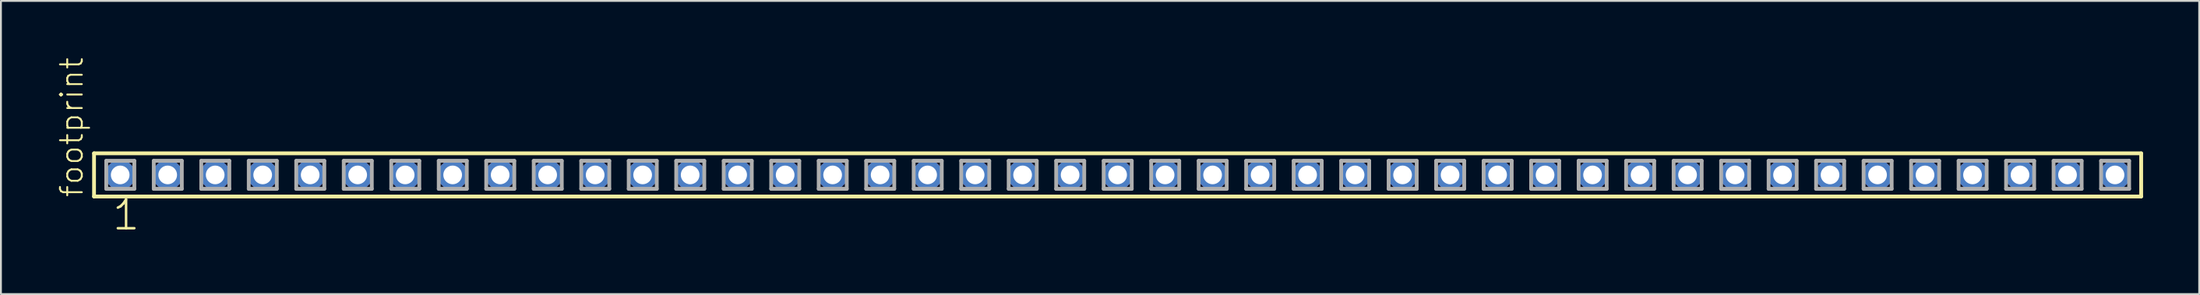
<source format=kicad_pcb>
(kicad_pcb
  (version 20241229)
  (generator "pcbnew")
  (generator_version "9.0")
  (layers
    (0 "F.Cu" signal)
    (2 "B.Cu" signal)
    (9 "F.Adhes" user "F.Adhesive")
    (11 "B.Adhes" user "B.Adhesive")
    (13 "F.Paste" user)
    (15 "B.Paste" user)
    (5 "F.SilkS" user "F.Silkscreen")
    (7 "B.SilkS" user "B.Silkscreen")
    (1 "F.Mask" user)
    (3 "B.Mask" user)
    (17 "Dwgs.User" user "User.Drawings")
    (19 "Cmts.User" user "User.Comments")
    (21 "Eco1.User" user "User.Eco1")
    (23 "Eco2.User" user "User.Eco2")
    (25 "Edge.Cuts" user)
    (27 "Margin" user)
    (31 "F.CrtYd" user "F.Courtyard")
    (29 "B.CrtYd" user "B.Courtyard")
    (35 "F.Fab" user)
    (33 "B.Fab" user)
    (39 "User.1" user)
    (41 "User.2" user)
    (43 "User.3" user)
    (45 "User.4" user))
  (footprint "footprint"
    (layer "F.Cu")
    (at 56.718 6.312)
    (property "Reference" "footprint" (at -55.245 1.27 90) (layer "F.SilkS") (effects (font (size 1.168 1.168) (thickness 0.102)) (justify left bottom)))
    (fp_line (start -54.739 -1.155) (end 54.739 -1.155) (stroke (width 0.203) (type solid)) (layer "F.SilkS"))
    (fp_line (start -54.739 1.155) (end -54.739 -1.155) (stroke (width 0.203) (type solid)) (layer "F.SilkS"))
    (fp_line (start 54.739 -1.155) (end 54.739 1.155) (stroke (width 0.203) (type solid)) (layer "F.SilkS"))
    (fp_line (start 54.739 1.155) (end -54.739 1.155) (stroke (width 0.203) (type solid)) (layer "F.SilkS"))
    (fp_line (start -54.085 -0.755) (end -52.585 -0.755) (stroke (width 0.203) (type solid)) (layer "F.Fab"))
    (fp_line (start -54.085 0.745) (end -54.085 -0.755) (stroke (width 0.203) (type solid)) (layer "F.Fab"))
    (fp_line (start -52.585 -0.755) (end -52.585 0.745) (stroke (width 0.203) (type solid)) (layer "F.Fab"))
    (fp_line (start -52.585 0.745) (end -54.085 0.745) (stroke (width 0.203) (type solid)) (layer "F.Fab"))
    (fp_line (start -51.545 -0.755) (end -50.045 -0.755) (stroke (width 0.203) (type solid)) (layer "F.Fab"))
    (fp_line (start -51.545 0.745) (end -51.545 -0.755) (stroke (width 0.203) (type solid)) (layer "F.Fab"))
    (fp_line (start -50.045 -0.755) (end -50.045 0.745) (stroke (width 0.203) (type solid)) (layer "F.Fab"))
    (fp_line (start -50.045 0.745) (end -51.545 0.745) (stroke (width 0.203) (type solid)) (layer "F.Fab"))
    (fp_line (start -49.005 -0.755) (end -47.505 -0.755) (stroke (width 0.203) (type solid)) (layer "F.Fab"))
    (fp_line (start -49.005 0.745) (end -49.005 -0.755) (stroke (width 0.203) (type solid)) (layer "F.Fab"))
    (fp_line (start -47.505 -0.755) (end -47.505 0.745) (stroke (width 0.203) (type solid)) (layer "F.Fab"))
    (fp_line (start -47.505 0.745) (end -49.005 0.745) (stroke (width 0.203) (type solid)) (layer "F.Fab"))
    (fp_line (start -46.465 -0.755) (end -44.965 -0.755) (stroke (width 0.203) (type solid)) (layer "F.Fab"))
    (fp_line (start -46.465 0.745) (end -46.465 -0.755) (stroke (width 0.203) (type solid)) (layer "F.Fab"))
    (fp_line (start -44.965 -0.755) (end -44.965 0.745) (stroke (width 0.203) (type solid)) (layer "F.Fab"))
    (fp_line (start -44.965 0.745) (end -46.465 0.745) (stroke (width 0.203) (type solid)) (layer "F.Fab"))
    (fp_line (start -43.925 -0.755) (end -42.425 -0.755) (stroke (width 0.203) (type solid)) (layer "F.Fab"))
    (fp_line (start -43.925 0.745) (end -43.925 -0.755) (stroke (width 0.203) (type solid)) (layer "F.Fab"))
    (fp_line (start -42.425 -0.755) (end -42.425 0.745) (stroke (width 0.203) (type solid)) (layer "F.Fab"))
    (fp_line (start -42.425 0.745) (end -43.925 0.745) (stroke (width 0.203) (type solid)) (layer "F.Fab"))
    (fp_line (start -41.385 -0.755) (end -39.885 -0.755) (stroke (width 0.203) (type solid)) (layer "F.Fab"))
    (fp_line (start -41.385 0.745) (end -41.385 -0.755) (stroke (width 0.203) (type solid)) (layer "F.Fab"))
    (fp_line (start -39.885 -0.755) (end -39.885 0.745) (stroke (width 0.203) (type solid)) (layer "F.Fab"))
    (fp_line (start -39.885 0.745) (end -41.385 0.745) (stroke (width 0.203) (type solid)) (layer "F.Fab"))
    (fp_line (start -38.845 -0.755) (end -37.345 -0.755) (stroke (width 0.203) (type solid)) (layer "F.Fab"))
    (fp_line (start -38.845 0.745) (end -38.845 -0.755) (stroke (width 0.203) (type solid)) (layer "F.Fab"))
    (fp_line (start -37.345 -0.755) (end -37.345 0.745) (stroke (width 0.203) (type solid)) (layer "F.Fab"))
    (fp_line (start -37.345 0.745) (end -38.845 0.745) (stroke (width 0.203) (type solid)) (layer "F.Fab"))
    (fp_line (start -36.305 -0.755) (end -34.805 -0.755) (stroke (width 0.203) (type solid)) (layer "F.Fab"))
    (fp_line (start -36.305 0.745) (end -36.305 -0.755) (stroke (width 0.203) (type solid)) (layer "F.Fab"))
    (fp_line (start -34.805 -0.755) (end -34.805 0.745) (stroke (width 0.203) (type solid)) (layer "F.Fab"))
    (fp_line (start -34.805 0.745) (end -36.305 0.745) (stroke (width 0.203) (type solid)) (layer "F.Fab"))
    (fp_line (start -33.765 -0.755) (end -32.265 -0.755) (stroke (width 0.203) (type solid)) (layer "F.Fab"))
    (fp_line (start -33.765 0.745) (end -33.765 -0.755) (stroke (width 0.203) (type solid)) (layer "F.Fab"))
    (fp_line (start -32.265 -0.755) (end -32.265 0.745) (stroke (width 0.203) (type solid)) (layer "F.Fab"))
    (fp_line (start -32.265 0.745) (end -33.765 0.745) (stroke (width 0.203) (type solid)) (layer "F.Fab"))
    (fp_line (start -31.225 -0.755) (end -29.725 -0.755) (stroke (width 0.203) (type solid)) (layer "F.Fab"))
    (fp_line (start -31.225 0.745) (end -31.225 -0.755) (stroke (width 0.203) (type solid)) (layer "F.Fab"))
    (fp_line (start -29.725 -0.755) (end -29.725 0.745) (stroke (width 0.203) (type solid)) (layer "F.Fab"))
    (fp_line (start -29.725 0.745) (end -31.225 0.745) (stroke (width 0.203) (type solid)) (layer "F.Fab"))
    (fp_line (start -28.685 -0.755) (end -27.185 -0.755) (stroke (width 0.203) (type solid)) (layer "F.Fab"))
    (fp_line (start -28.685 0.745) (end -28.685 -0.755) (stroke (width 0.203) (type solid)) (layer "F.Fab"))
    (fp_line (start -27.185 -0.755) (end -27.185 0.745) (stroke (width 0.203) (type solid)) (layer "F.Fab"))
    (fp_line (start -27.185 0.745) (end -28.685 0.745) (stroke (width 0.203) (type solid)) (layer "F.Fab"))
    (fp_line (start -26.145 -0.755) (end -24.645 -0.755) (stroke (width 0.203) (type solid)) (layer "F.Fab"))
    (fp_line (start -26.145 0.745) (end -26.145 -0.755) (stroke (width 0.203) (type solid)) (layer "F.Fab"))
    (fp_line (start -24.645 -0.755) (end -24.645 0.745) (stroke (width 0.203) (type solid)) (layer "F.Fab"))
    (fp_line (start -24.645 0.745) (end -26.145 0.745) (stroke (width 0.203) (type solid)) (layer "F.Fab"))
    (fp_line (start -23.605 -0.755) (end -22.105 -0.755) (stroke (width 0.203) (type solid)) (layer "F.Fab"))
    (fp_line (start -23.605 0.745) (end -23.605 -0.755) (stroke (width 0.203) (type solid)) (layer "F.Fab"))
    (fp_line (start -22.105 -0.755) (end -22.105 0.745) (stroke (width 0.203) (type solid)) (layer "F.Fab"))
    (fp_line (start -22.105 0.745) (end -23.605 0.745) (stroke (width 0.203) (type solid)) (layer "F.Fab"))
    (fp_line (start -21.065 -0.755) (end -19.565 -0.755) (stroke (width 0.203) (type solid)) (layer "F.Fab"))
    (fp_line (start -21.065 0.745) (end -21.065 -0.755) (stroke (width 0.203) (type solid)) (layer "F.Fab"))
    (fp_line (start -19.565 -0.755) (end -19.565 0.745) (stroke (width 0.203) (type solid)) (layer "F.Fab"))
    (fp_line (start -19.565 0.745) (end -21.065 0.745) (stroke (width 0.203) (type solid)) (layer "F.Fab"))
    (fp_line (start -18.525 -0.755) (end -17.025 -0.755) (stroke (width 0.203) (type solid)) (layer "F.Fab"))
    (fp_line (start -18.525 0.745) (end -18.525 -0.755) (stroke (width 0.203) (type solid)) (layer "F.Fab"))
    (fp_line (start -17.025 -0.755) (end -17.025 0.745) (stroke (width 0.203) (type solid)) (layer "F.Fab"))
    (fp_line (start -17.025 0.745) (end -18.525 0.745) (stroke (width 0.203) (type solid)) (layer "F.Fab"))
    (fp_line (start -15.985 -0.755) (end -14.485 -0.755) (stroke (width 0.203) (type solid)) (layer "F.Fab"))
    (fp_line (start -15.985 0.745) (end -15.985 -0.755) (stroke (width 0.203) (type solid)) (layer "F.Fab"))
    (fp_line (start -14.485 -0.755) (end -14.485 0.745) (stroke (width 0.203) (type solid)) (layer "F.Fab"))
    (fp_line (start -14.485 0.745) (end -15.985 0.745) (stroke (width 0.203) (type solid)) (layer "F.Fab"))
    (fp_line (start -13.445 -0.755) (end -11.945 -0.755) (stroke (width 0.203) (type solid)) (layer "F.Fab"))
    (fp_line (start -13.445 0.745) (end -13.445 -0.755) (stroke (width 0.203) (type solid)) (layer "F.Fab"))
    (fp_line (start -11.945 -0.755) (end -11.945 0.745) (stroke (width 0.203) (type solid)) (layer "F.Fab"))
    (fp_line (start -11.945 0.745) (end -13.445 0.745) (stroke (width 0.203) (type solid)) (layer "F.Fab"))
    (fp_line (start -10.905 -0.755) (end -9.405 -0.755) (stroke (width 0.203) (type solid)) (layer "F.Fab"))
    (fp_line (start -10.905 0.745) (end -10.905 -0.755) (stroke (width 0.203) (type solid)) (layer "F.Fab"))
    (fp_line (start -9.405 -0.755) (end -9.405 0.745) (stroke (width 0.203) (type solid)) (layer "F.Fab"))
    (fp_line (start -9.405 0.745) (end -10.905 0.745) (stroke (width 0.203) (type solid)) (layer "F.Fab"))
    (fp_line (start -8.365 -0.755) (end -6.865 -0.755) (stroke (width 0.203) (type solid)) (layer "F.Fab"))
    (fp_line (start -8.365 0.745) (end -8.365 -0.755) (stroke (width 0.203) (type solid)) (layer "F.Fab"))
    (fp_line (start -6.865 -0.755) (end -6.865 0.745) (stroke (width 0.203) (type solid)) (layer "F.Fab"))
    (fp_line (start -6.865 0.745) (end -8.365 0.745) (stroke (width 0.203) (type solid)) (layer "F.Fab"))
    (fp_line (start -5.825 -0.755) (end -4.325 -0.755) (stroke (width 0.203) (type solid)) (layer "F.Fab"))
    (fp_line (start -5.825 0.745) (end -5.825 -0.755) (stroke (width 0.203) (type solid)) (layer "F.Fab"))
    (fp_line (start -4.325 -0.755) (end -4.325 0.745) (stroke (width 0.203) (type solid)) (layer "F.Fab"))
    (fp_line (start -4.325 0.745) (end -5.825 0.745) (stroke (width 0.203) (type solid)) (layer "F.Fab"))
    (fp_line (start -3.285 -0.755) (end -1.785 -0.755) (stroke (width 0.203) (type solid)) (layer "F.Fab"))
    (fp_line (start -3.285 0.745) (end -3.285 -0.755) (stroke (width 0.203) (type solid)) (layer "F.Fab"))
    (fp_line (start -1.785 -0.755) (end -1.785 0.745) (stroke (width 0.203) (type solid)) (layer "F.Fab"))
    (fp_line (start -1.785 0.745) (end -3.285 0.745) (stroke (width 0.203) (type solid)) (layer "F.Fab"))
    (fp_line (start -0.745 -0.755) (end 0.755 -0.755) (stroke (width 0.203) (type solid)) (layer "F.Fab"))
    (fp_line (start -0.745 0.745) (end -0.745 -0.755) (stroke (width 0.203) (type solid)) (layer "F.Fab"))
    (fp_line (start 0.755 -0.755) (end 0.755 0.745) (stroke (width 0.203) (type solid)) (layer "F.Fab"))
    (fp_line (start 0.755 0.745) (end -0.745 0.745) (stroke (width 0.203) (type solid)) (layer "F.Fab"))
    (fp_line (start 1.795 -0.755) (end 3.295 -0.755) (stroke (width 0.203) (type solid)) (layer "F.Fab"))
    (fp_line (start 1.795 0.745) (end 1.795 -0.755) (stroke (width 0.203) (type solid)) (layer "F.Fab"))
    (fp_line (start 3.295 -0.755) (end 3.295 0.745) (stroke (width 0.203) (type solid)) (layer "F.Fab"))
    (fp_line (start 3.295 0.745) (end 1.795 0.745) (stroke (width 0.203) (type solid)) (layer "F.Fab"))
    (fp_line (start 4.335 -0.755) (end 5.835 -0.755) (stroke (width 0.203) (type solid)) (layer "F.Fab"))
    (fp_line (start 4.335 0.745) (end 4.335 -0.755) (stroke (width 0.203) (type solid)) (layer "F.Fab"))
    (fp_line (start 5.835 -0.755) (end 5.835 0.745) (stroke (width 0.203) (type solid)) (layer "F.Fab"))
    (fp_line (start 5.835 0.745) (end 4.335 0.745) (stroke (width 0.203) (type solid)) (layer "F.Fab"))
    (fp_line (start 6.875 -0.755) (end 8.375 -0.755) (stroke (width 0.203) (type solid)) (layer "F.Fab"))
    (fp_line (start 6.875 0.745) (end 6.875 -0.755) (stroke (width 0.203) (type solid)) (layer "F.Fab"))
    (fp_line (start 8.375 -0.755) (end 8.375 0.745) (stroke (width 0.203) (type solid)) (layer "F.Fab"))
    (fp_line (start 8.375 0.745) (end 6.875 0.745) (stroke (width 0.203) (type solid)) (layer "F.Fab"))
    (fp_line (start 9.415 -0.755) (end 10.915 -0.755) (stroke (width 0.203) (type solid)) (layer "F.Fab"))
    (fp_line (start 9.415 0.745) (end 9.415 -0.755) (stroke (width 0.203) (type solid)) (layer "F.Fab"))
    (fp_line (start 10.915 -0.755) (end 10.915 0.745) (stroke (width 0.203) (type solid)) (layer "F.Fab"))
    (fp_line (start 10.915 0.745) (end 9.415 0.745) (stroke (width 0.203) (type solid)) (layer "F.Fab"))
    (fp_line (start 11.955 -0.755) (end 13.455 -0.755) (stroke (width 0.203) (type solid)) (layer "F.Fab"))
    (fp_line (start 11.955 0.745) (end 11.955 -0.755) (stroke (width 0.203) (type solid)) (layer "F.Fab"))
    (fp_line (start 13.455 -0.755) (end 13.455 0.745) (stroke (width 0.203) (type solid)) (layer "F.Fab"))
    (fp_line (start 13.455 0.745) (end 11.955 0.745) (stroke (width 0.203) (type solid)) (layer "F.Fab"))
    (fp_line (start 14.495 -0.755) (end 15.995 -0.755) (stroke (width 0.203) (type solid)) (layer "F.Fab"))
    (fp_line (start 14.495 0.745) (end 14.495 -0.755) (stroke (width 0.203) (type solid)) (layer "F.Fab"))
    (fp_line (start 15.995 -0.755) (end 15.995 0.745) (stroke (width 0.203) (type solid)) (layer "F.Fab"))
    (fp_line (start 15.995 0.745) (end 14.495 0.745) (stroke (width 0.203) (type solid)) (layer "F.Fab"))
    (fp_line (start 17.035 -0.755) (end 18.535 -0.755) (stroke (width 0.203) (type solid)) (layer "F.Fab"))
    (fp_line (start 17.035 0.745) (end 17.035 -0.755) (stroke (width 0.203) (type solid)) (layer "F.Fab"))
    (fp_line (start 18.535 -0.755) (end 18.535 0.745) (stroke (width 0.203) (type solid)) (layer "F.Fab"))
    (fp_line (start 18.535 0.745) (end 17.035 0.745) (stroke (width 0.203) (type solid)) (layer "F.Fab"))
    (fp_line (start 19.575 -0.755) (end 21.075 -0.755) (stroke (width 0.203) (type solid)) (layer "F.Fab"))
    (fp_line (start 19.575 0.745) (end 19.575 -0.755) (stroke (width 0.203) (type solid)) (layer "F.Fab"))
    (fp_line (start 21.075 -0.755) (end 21.075 0.745) (stroke (width 0.203) (type solid)) (layer "F.Fab"))
    (fp_line (start 21.075 0.745) (end 19.575 0.745) (stroke (width 0.203) (type solid)) (layer "F.Fab"))
    (fp_line (start 22.115 -0.755) (end 23.615 -0.755) (stroke (width 0.203) (type solid)) (layer "F.Fab"))
    (fp_line (start 22.115 0.745) (end 22.115 -0.755) (stroke (width 0.203) (type solid)) (layer "F.Fab"))
    (fp_line (start 23.615 -0.755) (end 23.615 0.745) (stroke (width 0.203) (type solid)) (layer "F.Fab"))
    (fp_line (start 23.615 0.745) (end 22.115 0.745) (stroke (width 0.203) (type solid)) (layer "F.Fab"))
    (fp_line (start 24.655 -0.755) (end 26.155 -0.755) (stroke (width 0.203) (type solid)) (layer "F.Fab"))
    (fp_line (start 24.655 0.745) (end 24.655 -0.755) (stroke (width 0.203) (type solid)) (layer "F.Fab"))
    (fp_line (start 26.155 -0.755) (end 26.155 0.745) (stroke (width 0.203) (type solid)) (layer "F.Fab"))
    (fp_line (start 26.155 0.745) (end 24.655 0.745) (stroke (width 0.203) (type solid)) (layer "F.Fab"))
    (fp_line (start 27.195 -0.755) (end 28.695 -0.755) (stroke (width 0.203) (type solid)) (layer "F.Fab"))
    (fp_line (start 27.195 0.745) (end 27.195 -0.755) (stroke (width 0.203) (type solid)) (layer "F.Fab"))
    (fp_line (start 28.695 -0.755) (end 28.695 0.745) (stroke (width 0.203) (type solid)) (layer "F.Fab"))
    (fp_line (start 28.695 0.745) (end 27.195 0.745) (stroke (width 0.203) (type solid)) (layer "F.Fab"))
    (fp_line (start 29.735 -0.755) (end 31.235 -0.755) (stroke (width 0.203) (type solid)) (layer "F.Fab"))
    (fp_line (start 29.735 0.745) (end 29.735 -0.755) (stroke (width 0.203) (type solid)) (layer "F.Fab"))
    (fp_line (start 31.235 -0.755) (end 31.235 0.745) (stroke (width 0.203) (type solid)) (layer "F.Fab"))
    (fp_line (start 31.235 0.745) (end 29.735 0.745) (stroke (width 0.203) (type solid)) (layer "F.Fab"))
    (fp_line (start 32.275 -0.755) (end 33.775 -0.755) (stroke (width 0.203) (type solid)) (layer "F.Fab"))
    (fp_line (start 32.275 0.745) (end 32.275 -0.755) (stroke (width 0.203) (type solid)) (layer "F.Fab"))
    (fp_line (start 33.775 -0.755) (end 33.775 0.745) (stroke (width 0.203) (type solid)) (layer "F.Fab"))
    (fp_line (start 33.775 0.745) (end 32.275 0.745) (stroke (width 0.203) (type solid)) (layer "F.Fab"))
    (fp_line (start 34.815 -0.755) (end 36.315 -0.755) (stroke (width 0.203) (type solid)) (layer "F.Fab"))
    (fp_line (start 34.815 0.745) (end 34.815 -0.755) (stroke (width 0.203) (type solid)) (layer "F.Fab"))
    (fp_line (start 36.315 -0.755) (end 36.315 0.745) (stroke (width 0.203) (type solid)) (layer "F.Fab"))
    (fp_line (start 36.315 0.745) (end 34.815 0.745) (stroke (width 0.203) (type solid)) (layer "F.Fab"))
    (fp_line (start 37.355 -0.755) (end 38.855 -0.755) (stroke (width 0.203) (type solid)) (layer "F.Fab"))
    (fp_line (start 37.355 0.745) (end 37.355 -0.755) (stroke (width 0.203) (type solid)) (layer "F.Fab"))
    (fp_line (start 38.855 -0.755) (end 38.855 0.745) (stroke (width 0.203) (type solid)) (layer "F.Fab"))
    (fp_line (start 38.855 0.745) (end 37.355 0.745) (stroke (width 0.203) (type solid)) (layer "F.Fab"))
    (fp_line (start 39.895 -0.755) (end 41.395 -0.755) (stroke (width 0.203) (type solid)) (layer "F.Fab"))
    (fp_line (start 39.895 0.745) (end 39.895 -0.755) (stroke (width 0.203) (type solid)) (layer "F.Fab"))
    (fp_line (start 41.395 -0.755) (end 41.395 0.745) (stroke (width 0.203) (type solid)) (layer "F.Fab"))
    (fp_line (start 41.395 0.745) (end 39.895 0.745) (stroke (width 0.203) (type solid)) (layer "F.Fab"))
    (fp_line (start 42.435 -0.755) (end 43.935 -0.755) (stroke (width 0.203) (type solid)) (layer "F.Fab"))
    (fp_line (start 42.435 0.745) (end 42.435 -0.755) (stroke (width 0.203) (type solid)) (layer "F.Fab"))
    (fp_line (start 43.935 -0.755) (end 43.935 0.745) (stroke (width 0.203) (type solid)) (layer "F.Fab"))
    (fp_line (start 43.935 0.745) (end 42.435 0.745) (stroke (width 0.203) (type solid)) (layer "F.Fab"))
    (fp_line (start 44.975 -0.755) (end 46.475 -0.755) (stroke (width 0.203) (type solid)) (layer "F.Fab"))
    (fp_line (start 44.975 0.745) (end 44.975 -0.755) (stroke (width 0.203) (type solid)) (layer "F.Fab"))
    (fp_line (start 46.475 -0.755) (end 46.475 0.745) (stroke (width 0.203) (type solid)) (layer "F.Fab"))
    (fp_line (start 46.475 0.745) (end 44.975 0.745) (stroke (width 0.203) (type solid)) (layer "F.Fab"))
    (fp_line (start 47.515 -0.755) (end 49.015 -0.755) (stroke (width 0.203) (type solid)) (layer "F.Fab"))
    (fp_line (start 47.515 0.745) (end 47.515 -0.755) (stroke (width 0.203) (type solid)) (layer "F.Fab"))
    (fp_line (start 49.015 -0.755) (end 49.015 0.745) (stroke (width 0.203) (type solid)) (layer "F.Fab"))
    (fp_line (start 49.015 0.745) (end 47.515 0.745) (stroke (width 0.203) (type solid)) (layer "F.Fab"))
    (fp_line (start 50.055 -0.755) (end 51.555 -0.755) (stroke (width 0.203) (type solid)) (layer "F.Fab"))
    (fp_line (start 50.055 0.745) (end 50.055 -0.755) (stroke (width 0.203) (type solid)) (layer "F.Fab"))
    (fp_line (start 51.555 -0.755) (end 51.555 0.745) (stroke (width 0.203) (type solid)) (layer "F.Fab"))
    (fp_line (start 51.555 0.745) (end 50.055 0.745) (stroke (width 0.203) (type solid)) (layer "F.Fab"))
    (fp_line (start 52.595 -0.755) (end 54.095 -0.755) (stroke (width 0.203) (type solid)) (layer "F.Fab"))
    (fp_line (start 52.595 0.745) (end 52.595 -0.755) (stroke (width 0.203) (type solid)) (layer "F.Fab"))
    (fp_line (start 54.095 -0.755) (end 54.095 0.745) (stroke (width 0.203) (type solid)) (layer "F.Fab"))
    (fp_line (start 54.095 0.745) (end 52.595 0.745) (stroke (width 0.203) (type solid)) (layer "F.Fab"))
    (fp_text user "1" (at -53.848 3.048 0) (layer "F.SilkS") (effects (font (size 1.542 1.542) (thickness 0.134)) (justify left bottom)))
    (pad "1" thru_hole roundrect (at -53.34 0) (size 1.5 1.5) (drill 1) (layers "*.Cu" "*.Mask") (roundrect_rratio 0.25) (chamfer_ratio 0.25) (chamfer top_left top_right bottom_left bottom_right))
    (pad "2" thru_hole roundrect (at -50.8 0) (size 1.5 1.5) (drill 1) (layers "*.Cu" "*.Mask") (roundrect_rratio 0.25) (chamfer_ratio 0.25) (chamfer top_left top_right bottom_left bottom_right))
    (pad "3" thru_hole roundrect (at -48.26 0) (size 1.5 1.5) (drill 1) (layers "*.Cu" "*.Mask") (roundrect_rratio 0.25) (chamfer_ratio 0.25) (chamfer top_left top_right bottom_left bottom_right))
    (pad "4" thru_hole roundrect (at -45.72 0) (size 1.5 1.5) (drill 1) (layers "*.Cu" "*.Mask") (roundrect_rratio 0.25) (chamfer_ratio 0.25) (chamfer top_left top_right bottom_left bottom_right))
    (pad "5" thru_hole roundrect (at -43.18 0) (size 1.5 1.5) (drill 1) (layers "*.Cu" "*.Mask") (roundrect_rratio 0.25) (chamfer_ratio 0.25) (chamfer top_left top_right bottom_left bottom_right))
    (pad "6" thru_hole roundrect (at -40.64 0) (size 1.5 1.5) (drill 1) (layers "*.Cu" "*.Mask") (roundrect_rratio 0.25) (chamfer_ratio 0.25) (chamfer top_left top_right bottom_left bottom_right))
    (pad "7" thru_hole roundrect (at -38.1 0) (size 1.5 1.5) (drill 1) (layers "*.Cu" "*.Mask") (roundrect_rratio 0.25) (chamfer_ratio 0.25) (chamfer top_left top_right bottom_left bottom_right))
    (pad "8" thru_hole roundrect (at -35.56 0) (size 1.5 1.5) (drill 1) (layers "*.Cu" "*.Mask") (roundrect_rratio 0.25) (chamfer_ratio 0.25) (chamfer top_left top_right bottom_left bottom_right))
    (pad "9" thru_hole roundrect (at -33.02 0) (size 1.5 1.5) (drill 1) (layers "*.Cu" "*.Mask") (roundrect_rratio 0.25) (chamfer_ratio 0.25) (chamfer top_left top_right bottom_left bottom_right))
    (pad "10" thru_hole roundrect (at -30.48 0) (size 1.5 1.5) (drill 1) (layers "*.Cu" "*.Mask") (roundrect_rratio 0.25) (chamfer_ratio 0.25) (chamfer top_left top_right bottom_left bottom_right))
    (pad "11" thru_hole roundrect (at -27.94 0) (size 1.5 1.5) (drill 1) (layers "*.Cu" "*.Mask") (roundrect_rratio 0.25) (chamfer_ratio 0.25) (chamfer top_left top_right bottom_left bottom_right))
    (pad "12" thru_hole roundrect (at -25.4 0) (size 1.5 1.5) (drill 1) (layers "*.Cu" "*.Mask") (roundrect_rratio 0.25) (chamfer_ratio 0.25) (chamfer top_left top_right bottom_left bottom_right))
    (pad "13" thru_hole roundrect (at -22.86 0) (size 1.5 1.5) (drill 1) (layers "*.Cu" "*.Mask") (roundrect_rratio 0.25) (chamfer_ratio 0.25) (chamfer top_left top_right bottom_left bottom_right))
    (pad "14" thru_hole roundrect (at -20.32 0) (size 1.5 1.5) (drill 1) (layers "*.Cu" "*.Mask") (roundrect_rratio 0.25) (chamfer_ratio 0.25) (chamfer top_left top_right bottom_left bottom_right))
    (pad "15" thru_hole roundrect (at -17.78 0) (size 1.5 1.5) (drill 1) (layers "*.Cu" "*.Mask") (roundrect_rratio 0.25) (chamfer_ratio 0.25) (chamfer top_left top_right bottom_left bottom_right))
    (pad "16" thru_hole roundrect (at -15.24 0) (size 1.5 1.5) (drill 1) (layers "*.Cu" "*.Mask") (roundrect_rratio 0.25) (chamfer_ratio 0.25) (chamfer top_left top_right bottom_left bottom_right))
    (pad "17" thru_hole roundrect (at -12.7 0) (size 1.5 1.5) (drill 1) (layers "*.Cu" "*.Mask") (roundrect_rratio 0.25) (chamfer_ratio 0.25) (chamfer top_left top_right bottom_left bottom_right))
    (pad "18" thru_hole roundrect (at -10.16 0) (size 1.5 1.5) (drill 1) (layers "*.Cu" "*.Mask") (roundrect_rratio 0.25) (chamfer_ratio 0.25) (chamfer top_left top_right bottom_left bottom_right))
    (pad "19" thru_hole roundrect (at -7.62 0) (size 1.5 1.5) (drill 1) (layers "*.Cu" "*.Mask") (roundrect_rratio 0.25) (chamfer_ratio 0.25) (chamfer top_left top_right bottom_left bottom_right))
    (pad "20" thru_hole roundrect (at -5.08 0) (size 1.5 1.5) (drill 1) (layers "*.Cu" "*.Mask") (roundrect_rratio 0.25) (chamfer_ratio 0.25) (chamfer top_left top_right bottom_left bottom_right))
    (pad "21" thru_hole roundrect (at -2.54 0) (size 1.5 1.5) (drill 1) (layers "*.Cu" "*.Mask") (roundrect_rratio 0.25) (chamfer_ratio 0.25) (chamfer top_left top_right bottom_left bottom_right))
    (pad "22" thru_hole roundrect (at 0 0) (size 1.5 1.5) (drill 1) (layers "*.Cu" "*.Mask") (roundrect_rratio 0.25) (chamfer_ratio 0.25) (chamfer top_left top_right bottom_left bottom_right))
    (pad "23" thru_hole roundrect (at 2.54 0) (size 1.5 1.5) (drill 1) (layers "*.Cu" "*.Mask") (roundrect_rratio 0.25) (chamfer_ratio 0.25) (chamfer top_left top_right bottom_left bottom_right))
    (pad "24" thru_hole roundrect (at 5.08 0) (size 1.5 1.5) (drill 1) (layers "*.Cu" "*.Mask") (roundrect_rratio 0.25) (chamfer_ratio 0.25) (chamfer top_left top_right bottom_left bottom_right))
    (pad "25" thru_hole roundrect (at 7.62 0) (size 1.5 1.5) (drill 1) (layers "*.Cu" "*.Mask") (roundrect_rratio 0.25) (chamfer_ratio 0.25) (chamfer top_left top_right bottom_left bottom_right))
    (pad "26" thru_hole roundrect (at 10.16 0) (size 1.5 1.5) (drill 1) (layers "*.Cu" "*.Mask") (roundrect_rratio 0.25) (chamfer_ratio 0.25) (chamfer top_left top_right bottom_left bottom_right))
    (pad "27" thru_hole roundrect (at 12.7 0) (size 1.5 1.5) (drill 1) (layers "*.Cu" "*.Mask") (roundrect_rratio 0.25) (chamfer_ratio 0.25) (chamfer top_left top_right bottom_left bottom_right))
    (pad "28" thru_hole roundrect (at 15.24 0) (size 1.5 1.5) (drill 1) (layers "*.Cu" "*.Mask") (roundrect_rratio 0.25) (chamfer_ratio 0.25) (chamfer top_left top_right bottom_left bottom_right))
    (pad "29" thru_hole roundrect (at 17.78 0) (size 1.5 1.5) (drill 1) (layers "*.Cu" "*.Mask") (roundrect_rratio 0.25) (chamfer_ratio 0.25) (chamfer top_left top_right bottom_left bottom_right))
    (pad "30" thru_hole roundrect (at 20.32 0) (size 1.5 1.5) (drill 1) (layers "*.Cu" "*.Mask") (roundrect_rratio 0.25) (chamfer_ratio 0.25) (chamfer top_left top_right bottom_left bottom_right))
    (pad "31" thru_hole roundrect (at 22.86 0) (size 1.5 1.5) (drill 1) (layers "*.Cu" "*.Mask") (roundrect_rratio 0.25) (chamfer_ratio 0.25) (chamfer top_left top_right bottom_left bottom_right))
    (pad "32" thru_hole roundrect (at 25.4 0) (size 1.5 1.5) (drill 1) (layers "*.Cu" "*.Mask") (roundrect_rratio 0.25) (chamfer_ratio 0.25) (chamfer top_left top_right bottom_left bottom_right))
    (pad "33" thru_hole roundrect (at 27.94 0) (size 1.5 1.5) (drill 1) (layers "*.Cu" "*.Mask") (roundrect_rratio 0.25) (chamfer_ratio 0.25) (chamfer top_left top_right bottom_left bottom_right))
    (pad "34" thru_hole roundrect (at 30.48 0) (size 1.5 1.5) (drill 1) (layers "*.Cu" "*.Mask") (roundrect_rratio 0.25) (chamfer_ratio 0.25) (chamfer top_left top_right bottom_left bottom_right))
    (pad "35" thru_hole roundrect (at 33.02 0) (size 1.5 1.5) (drill 1) (layers "*.Cu" "*.Mask") (roundrect_rratio 0.25) (chamfer_ratio 0.25) (chamfer top_left top_right bottom_left bottom_right))
    (pad "36" thru_hole roundrect (at 35.56 0) (size 1.5 1.5) (drill 1) (layers "*.Cu" "*.Mask") (roundrect_rratio 0.25) (chamfer_ratio 0.25) (chamfer top_left top_right bottom_left bottom_right))
    (pad "37" thru_hole roundrect (at 38.1 0) (size 1.5 1.5) (drill 1) (layers "*.Cu" "*.Mask") (roundrect_rratio 0.25) (chamfer_ratio 0.25) (chamfer top_left top_right bottom_left bottom_right))
    (pad "38" thru_hole roundrect (at 40.64 0) (size 1.5 1.5) (drill 1) (layers "*.Cu" "*.Mask") (roundrect_rratio 0.25) (chamfer_ratio 0.25) (chamfer top_left top_right bottom_left bottom_right))
    (pad "39" thru_hole roundrect (at 43.18 0) (size 1.5 1.5) (drill 1) (layers "*.Cu" "*.Mask") (roundrect_rratio 0.25) (chamfer_ratio 0.25) (chamfer top_left top_right bottom_left bottom_right))
    (pad "40" thru_hole roundrect (at 45.72 0) (size 1.5 1.5) (drill 1) (layers "*.Cu" "*.Mask") (roundrect_rratio 0.25) (chamfer_ratio 0.25) (chamfer top_left top_right bottom_left bottom_right))
    (pad "41" thru_hole roundrect (at 48.26 0) (size 1.5 1.5) (drill 1) (layers "*.Cu" "*.Mask") (roundrect_rratio 0.25) (chamfer_ratio 0.25) (chamfer top_left top_right bottom_left bottom_right))
    (pad "42" thru_hole roundrect (at 50.8 0) (size 1.5 1.5) (drill 1) (layers "*.Cu" "*.Mask") (roundrect_rratio 0.25) (chamfer_ratio 0.25) (chamfer top_left top_right bottom_left bottom_right))
    (pad "43" thru_hole roundrect (at 53.34 0) (size 1.5 1.5) (drill 1) (layers "*.Cu" "*.Mask") (roundrect_rratio 0.25) (chamfer_ratio 0.25) (chamfer top_left top_right bottom_left bottom_right)))
  (gr_rect
    (start -3 -3)
    (end 114.559 12.691)
    (stroke (width 0.1) (type default))
    (fill no)
    (layer "Edge.Cuts")))
</source>
